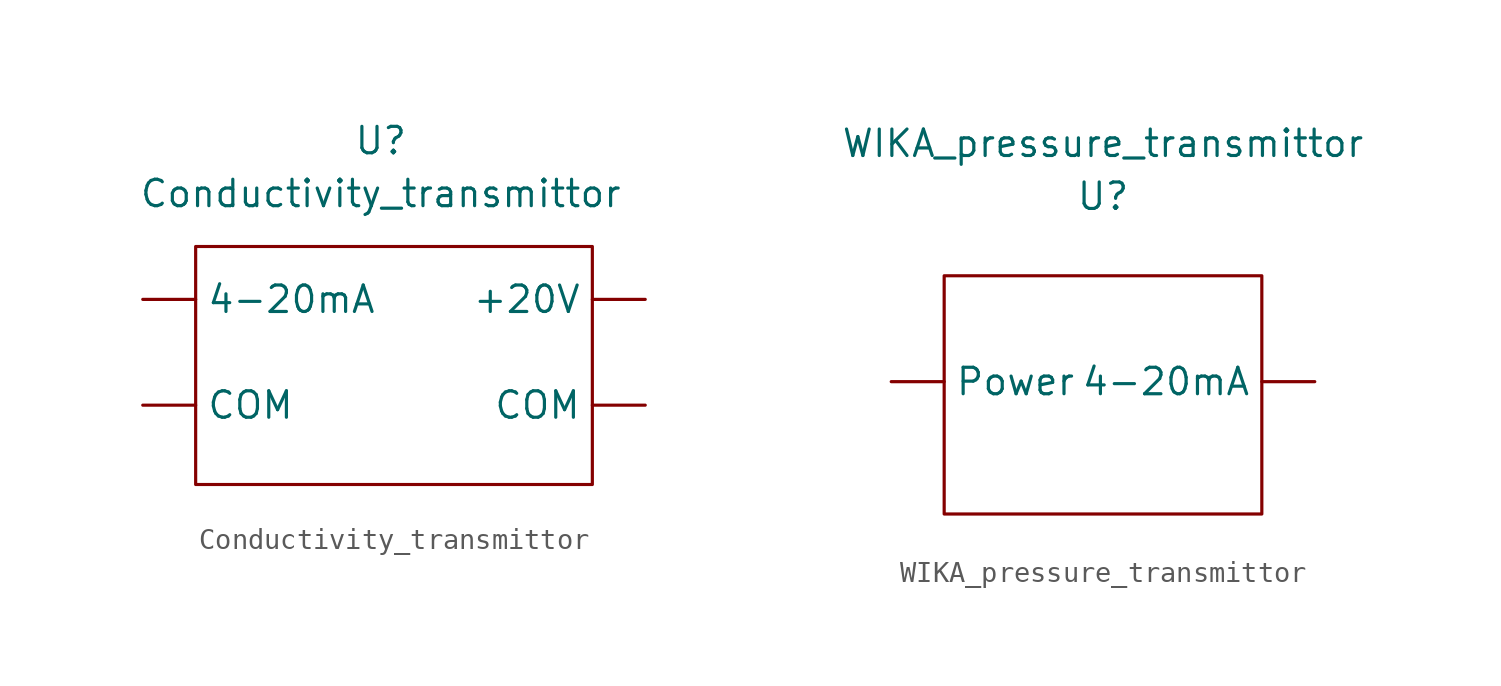
<source format=kicad_sym>
(kicad_symbol_lib
  (version 20211014)
  (generator kicad_symbol_editor)
  (symbol "Conductivity_transmittor"
    (property "Reference" "U"
      (at 0 8.89 0)
      (effects (font (size 1.27 1.27))))
    (property "Value" "Conductivity_transmittor"
      (at 0 6.35 0)
      (effects (font (size 1.27 1.27))))
    (symbol "Conductivity_transmittor_0_1"
      (rectangle (start -8.89 3.81) (end 10.16 -7.62) (stroke (width 0) (type default) (color 0 0 0 0)) (fill (type none))))
    (symbol "Conductivity_transmittor_1_1"
      (pin power_in line (at 12.7 1.27 180) (length 2.54) (name "+20V" (effects (font (size 1.27 1.27)))) (number "" (effects (font (size 1.27 1.27)))))
      (pin power_out line (at -11.43 1.27 0) (length 2.54) (name "4-20mA" (effects (font (size 1.27 1.27)))) (number "" (effects (font (size 1.27 1.27)))))
      (pin power_out line (at -11.43 -3.81 0) (length 2.54) (name "COM" (effects (font (size 1.27 1.27)))) (number "" (effects (font (size 1.27 1.27)))))
      (pin power_in line (at 12.7 -3.81 180) (length 2.54) (name "COM" (effects (font (size 1.27 1.27)))) (number "" (effects (font (size 1.27 1.27)))))))
  (symbol "WIKA_pressure_transmittor"
    (property "Reference" "U"
      (at 0 10.16 0)
      (effects (font (size 1.27 1.27))))
    (property "Value" "WIKA_pressure_transmittor"
      (at 0 12.7 0)
      (effects (font (size 1.27 1.27))))
    (symbol "WIKA_pressure_transmittor_0_1"
      (rectangle (start -7.62 6.35) (end 7.62 -5.08) (stroke (width 0) (type default) (color 0 0 0 0)) (fill (type none))))
    (symbol "WIKA_pressure_transmittor_1_1"
      (pin output line (at 10.16 1.27 180) (length 2.54) (name "4-20mA" (effects (font (size 1.27 1.27)))) (number "" (effects (font (size 1.27 1.27)))))
      (pin input line (at -10.16 1.27 0) (length 2.54) (name "Power" (effects (font (size 1.27 1.27)))) (number "" (effects (font (size 1.27 1.27))))))))
</source>
